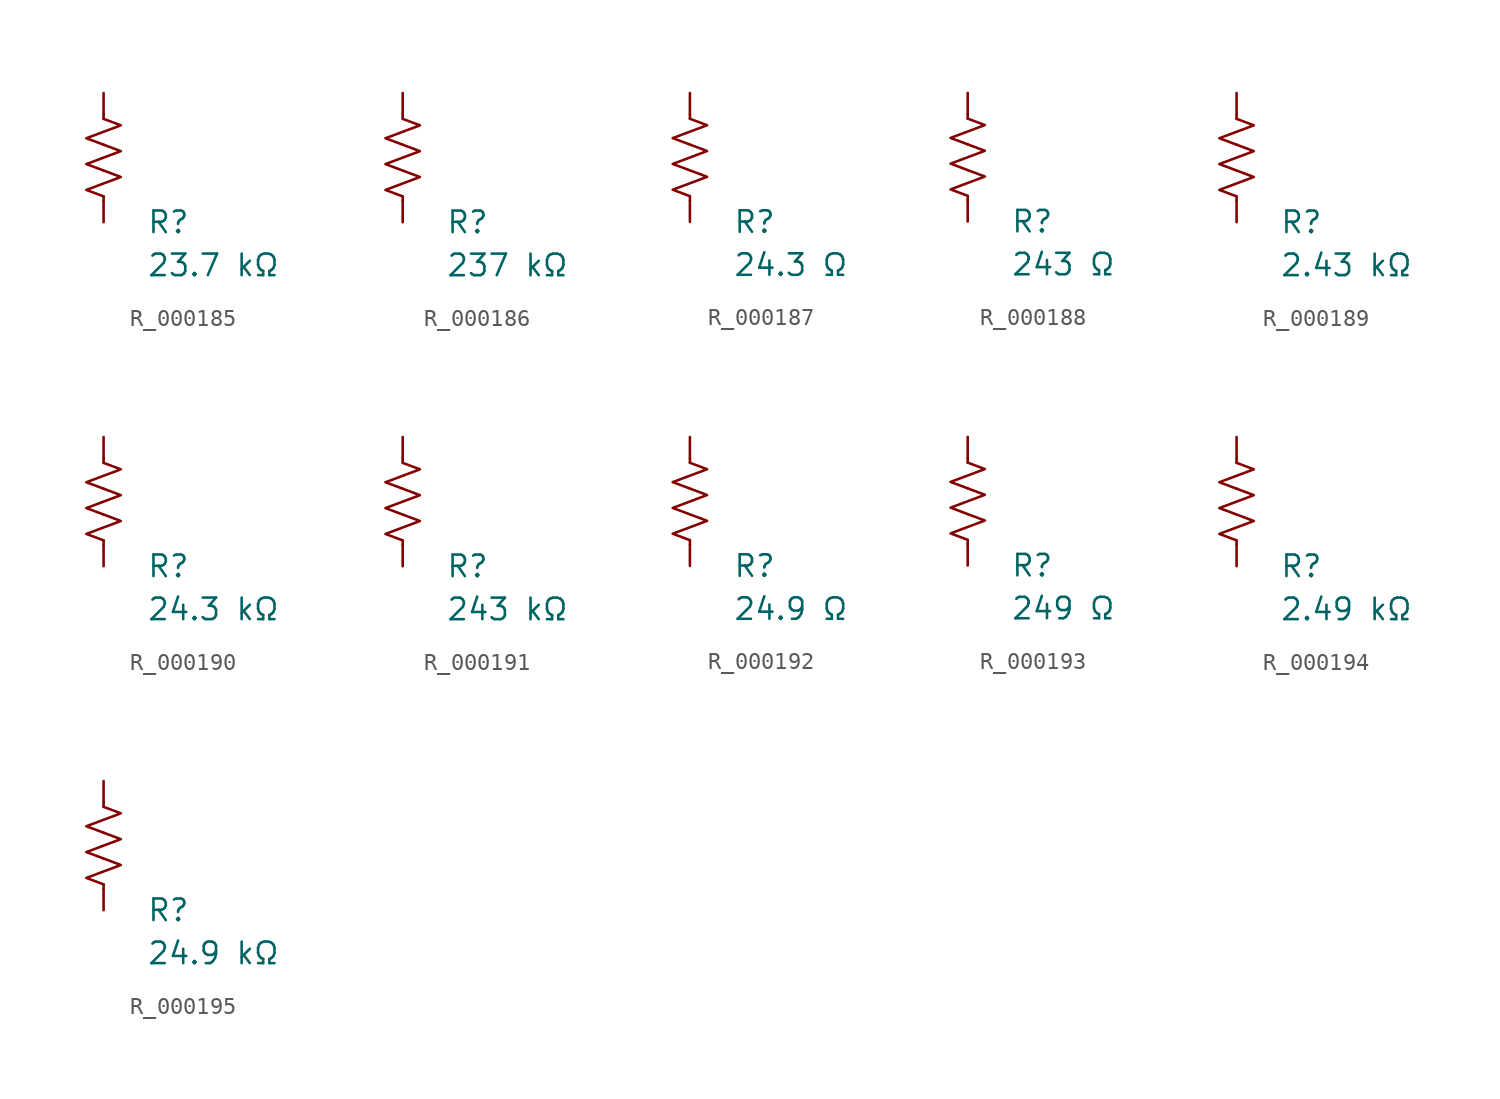
<source format=kicad_sym>
(kicad_symbol_lib
  (version 20231120)
  (generator "kicad_symbol_editor")
  (generator_version "8.0")
  (symbol "R_000185"
    (pin_numbers hide)
    (pin_names
      (offset 0))
    (property "Reference" "R"
      (at 2.54 -3.81 0)
      (effects (font (size 1.27 1.27)) (justify left))
      (show_name no))
    (property "Value" "23.7 kΩ"
      (at 2.54 -6.35 0)
      (effects (font (size 1.27 1.27)) (justify left))
      (show_name no))
    (symbol "R_000185_0_1"
      (polyline (pts (xy 0 -2.286) (xy 0 -2.54)) (stroke (width 0) (type default)) (fill (type none)))
      (polyline (pts (xy 0 2.286) (xy 0 2.54)) (stroke (width 0) (type default)) (fill (type none)))
      (polyline (pts (xy 0 -0.762) (xy 1.016 -1.143) (xy 0 -1.524) (xy -1.016 -1.905) (xy 0 -2.286)) (stroke (width 0) (type default)) (fill (type none)))
      (polyline (pts (xy 0 0.762) (xy 1.016 0.381) (xy 0 0) (xy -1.016 -0.381) (xy 0 -0.762)) (stroke (width 0) (type default)) (fill (type none)))
      (polyline (pts (xy 0 2.286) (xy 1.016 1.905) (xy 0 1.524) (xy -1.016 1.143) (xy 0 0.762)) (stroke (width 0) (type default)) (fill (type none))))
    (symbol "R_000185_1_1"
      (pin passive line (at 0 3.81 270) (length 1.27) (name "~" (effects (font (size 1.27 1.27)))) (number "1" (effects (font (size 1.27 1.27)))))
      (pin passive line (at 0 -3.81 90) (length 1.27) (name "~" (effects (font (size 1.27 1.27)))) (number "2" (effects (font (size 1.27 1.27)))))))
  (symbol "R_000186"
    (pin_numbers hide)
    (pin_names
      (offset 0))
    (property "Reference" "R"
      (at 2.54 -3.81 0)
      (effects (font (size 1.27 1.27)) (justify left))
      (show_name no))
    (property "Value" "237 kΩ"
      (at 2.54 -6.35 0)
      (effects (font (size 1.27 1.27)) (justify left))
      (show_name no))
    (symbol "R_000186_0_1"
      (polyline (pts (xy 0 -2.286) (xy 0 -2.54)) (stroke (width 0) (type default)) (fill (type none)))
      (polyline (pts (xy 0 2.286) (xy 0 2.54)) (stroke (width 0) (type default)) (fill (type none)))
      (polyline (pts (xy 0 -0.762) (xy 1.016 -1.143) (xy 0 -1.524) (xy -1.016 -1.905) (xy 0 -2.286)) (stroke (width 0) (type default)) (fill (type none)))
      (polyline (pts (xy 0 0.762) (xy 1.016 0.381) (xy 0 0) (xy -1.016 -0.381) (xy 0 -0.762)) (stroke (width 0) (type default)) (fill (type none)))
      (polyline (pts (xy 0 2.286) (xy 1.016 1.905) (xy 0 1.524) (xy -1.016 1.143) (xy 0 0.762)) (stroke (width 0) (type default)) (fill (type none))))
    (symbol "R_000186_1_1"
      (pin passive line (at 0 3.81 270) (length 1.27) (name "~" (effects (font (size 1.27 1.27)))) (number "1" (effects (font (size 1.27 1.27)))))
      (pin passive line (at 0 -3.81 90) (length 1.27) (name "~" (effects (font (size 1.27 1.27)))) (number "2" (effects (font (size 1.27 1.27)))))))
  (symbol "R_000187"
    (pin_numbers hide)
    (pin_names
      (offset 0))
    (property "Reference" "R"
      (at 2.54 -3.81 0)
      (effects (font (size 1.27 1.27)) (justify left))
      (show_name no))
    (property "Value" "24.3 Ω"
      (at 2.54 -6.35 0)
      (effects (font (size 1.27 1.27)) (justify left))
      (show_name no))
    (symbol "R_000187_0_1"
      (polyline (pts (xy 0 -2.286) (xy 0 -2.54)) (stroke (width 0) (type default)) (fill (type none)))
      (polyline (pts (xy 0 2.286) (xy 0 2.54)) (stroke (width 0) (type default)) (fill (type none)))
      (polyline (pts (xy 0 -0.762) (xy 1.016 -1.143) (xy 0 -1.524) (xy -1.016 -1.905) (xy 0 -2.286)) (stroke (width 0) (type default)) (fill (type none)))
      (polyline (pts (xy 0 0.762) (xy 1.016 0.381) (xy 0 0) (xy -1.016 -0.381) (xy 0 -0.762)) (stroke (width 0) (type default)) (fill (type none)))
      (polyline (pts (xy 0 2.286) (xy 1.016 1.905) (xy 0 1.524) (xy -1.016 1.143) (xy 0 0.762)) (stroke (width 0) (type default)) (fill (type none))))
    (symbol "R_000187_1_1"
      (pin passive line (at 0 3.81 270) (length 1.27) (name "~" (effects (font (size 1.27 1.27)))) (number "1" (effects (font (size 1.27 1.27)))))
      (pin passive line (at 0 -3.81 90) (length 1.27) (name "~" (effects (font (size 1.27 1.27)))) (number "2" (effects (font (size 1.27 1.27)))))))
  (symbol "R_000188"
    (pin_numbers hide)
    (pin_names
      (offset 0))
    (property "Reference" "R"
      (at 2.54 -3.81 0)
      (effects (font (size 1.27 1.27)) (justify left))
      (show_name no))
    (property "Value" "243 Ω"
      (at 2.54 -6.35 0)
      (effects (font (size 1.27 1.27)) (justify left))
      (show_name no))
    (symbol "R_000188_0_1"
      (polyline (pts (xy 0 -2.286) (xy 0 -2.54)) (stroke (width 0) (type default)) (fill (type none)))
      (polyline (pts (xy 0 2.286) (xy 0 2.54)) (stroke (width 0) (type default)) (fill (type none)))
      (polyline (pts (xy 0 -0.762) (xy 1.016 -1.143) (xy 0 -1.524) (xy -1.016 -1.905) (xy 0 -2.286)) (stroke (width 0) (type default)) (fill (type none)))
      (polyline (pts (xy 0 0.762) (xy 1.016 0.381) (xy 0 0) (xy -1.016 -0.381) (xy 0 -0.762)) (stroke (width 0) (type default)) (fill (type none)))
      (polyline (pts (xy 0 2.286) (xy 1.016 1.905) (xy 0 1.524) (xy -1.016 1.143) (xy 0 0.762)) (stroke (width 0) (type default)) (fill (type none))))
    (symbol "R_000188_1_1"
      (pin passive line (at 0 3.81 270) (length 1.27) (name "~" (effects (font (size 1.27 1.27)))) (number "1" (effects (font (size 1.27 1.27)))))
      (pin passive line (at 0 -3.81 90) (length 1.27) (name "~" (effects (font (size 1.27 1.27)))) (number "2" (effects (font (size 1.27 1.27)))))))
  (symbol "R_000189"
    (pin_numbers hide)
    (pin_names
      (offset 0))
    (property "Reference" "R"
      (at 2.54 -3.81 0)
      (effects (font (size 1.27 1.27)) (justify left))
      (show_name no))
    (property "Value" "2.43 kΩ"
      (at 2.54 -6.35 0)
      (effects (font (size 1.27 1.27)) (justify left))
      (show_name no))
    (symbol "R_000189_0_1"
      (polyline (pts (xy 0 -2.286) (xy 0 -2.54)) (stroke (width 0) (type default)) (fill (type none)))
      (polyline (pts (xy 0 2.286) (xy 0 2.54)) (stroke (width 0) (type default)) (fill (type none)))
      (polyline (pts (xy 0 -0.762) (xy 1.016 -1.143) (xy 0 -1.524) (xy -1.016 -1.905) (xy 0 -2.286)) (stroke (width 0) (type default)) (fill (type none)))
      (polyline (pts (xy 0 0.762) (xy 1.016 0.381) (xy 0 0) (xy -1.016 -0.381) (xy 0 -0.762)) (stroke (width 0) (type default)) (fill (type none)))
      (polyline (pts (xy 0 2.286) (xy 1.016 1.905) (xy 0 1.524) (xy -1.016 1.143) (xy 0 0.762)) (stroke (width 0) (type default)) (fill (type none))))
    (symbol "R_000189_1_1"
      (pin passive line (at 0 3.81 270) (length 1.27) (name "~" (effects (font (size 1.27 1.27)))) (number "1" (effects (font (size 1.27 1.27)))))
      (pin passive line (at 0 -3.81 90) (length 1.27) (name "~" (effects (font (size 1.27 1.27)))) (number "2" (effects (font (size 1.27 1.27)))))))
  (symbol "R_000190"
    (pin_numbers hide)
    (pin_names
      (offset 0))
    (property "Reference" "R"
      (at 2.54 -3.81 0)
      (effects (font (size 1.27 1.27)) (justify left))
      (show_name no))
    (property "Value" "24.3 kΩ"
      (at 2.54 -6.35 0)
      (effects (font (size 1.27 1.27)) (justify left))
      (show_name no))
    (symbol "R_000190_0_1"
      (polyline (pts (xy 0 -2.286) (xy 0 -2.54)) (stroke (width 0) (type default)) (fill (type none)))
      (polyline (pts (xy 0 2.286) (xy 0 2.54)) (stroke (width 0) (type default)) (fill (type none)))
      (polyline (pts (xy 0 -0.762) (xy 1.016 -1.143) (xy 0 -1.524) (xy -1.016 -1.905) (xy 0 -2.286)) (stroke (width 0) (type default)) (fill (type none)))
      (polyline (pts (xy 0 0.762) (xy 1.016 0.381) (xy 0 0) (xy -1.016 -0.381) (xy 0 -0.762)) (stroke (width 0) (type default)) (fill (type none)))
      (polyline (pts (xy 0 2.286) (xy 1.016 1.905) (xy 0 1.524) (xy -1.016 1.143) (xy 0 0.762)) (stroke (width 0) (type default)) (fill (type none))))
    (symbol "R_000190_1_1"
      (pin passive line (at 0 3.81 270) (length 1.27) (name "~" (effects (font (size 1.27 1.27)))) (number "1" (effects (font (size 1.27 1.27)))))
      (pin passive line (at 0 -3.81 90) (length 1.27) (name "~" (effects (font (size 1.27 1.27)))) (number "2" (effects (font (size 1.27 1.27)))))))
  (symbol "R_000191"
    (pin_numbers hide)
    (pin_names
      (offset 0))
    (property "Reference" "R"
      (at 2.54 -3.81 0)
      (effects (font (size 1.27 1.27)) (justify left))
      (show_name no))
    (property "Value" "243 kΩ"
      (at 2.54 -6.35 0)
      (effects (font (size 1.27 1.27)) (justify left))
      (show_name no))
    (symbol "R_000191_0_1"
      (polyline (pts (xy 0 -2.286) (xy 0 -2.54)) (stroke (width 0) (type default)) (fill (type none)))
      (polyline (pts (xy 0 2.286) (xy 0 2.54)) (stroke (width 0) (type default)) (fill (type none)))
      (polyline (pts (xy 0 -0.762) (xy 1.016 -1.143) (xy 0 -1.524) (xy -1.016 -1.905) (xy 0 -2.286)) (stroke (width 0) (type default)) (fill (type none)))
      (polyline (pts (xy 0 0.762) (xy 1.016 0.381) (xy 0 0) (xy -1.016 -0.381) (xy 0 -0.762)) (stroke (width 0) (type default)) (fill (type none)))
      (polyline (pts (xy 0 2.286) (xy 1.016 1.905) (xy 0 1.524) (xy -1.016 1.143) (xy 0 0.762)) (stroke (width 0) (type default)) (fill (type none))))
    (symbol "R_000191_1_1"
      (pin passive line (at 0 3.81 270) (length 1.27) (name "~" (effects (font (size 1.27 1.27)))) (number "1" (effects (font (size 1.27 1.27)))))
      (pin passive line (at 0 -3.81 90) (length 1.27) (name "~" (effects (font (size 1.27 1.27)))) (number "2" (effects (font (size 1.27 1.27)))))))
  (symbol "R_000192"
    (pin_numbers hide)
    (pin_names
      (offset 0))
    (property "Reference" "R"
      (at 2.54 -3.81 0)
      (effects (font (size 1.27 1.27)) (justify left))
      (show_name no))
    (property "Value" "24.9 Ω"
      (at 2.54 -6.35 0)
      (effects (font (size 1.27 1.27)) (justify left))
      (show_name no))
    (symbol "R_000192_0_1"
      (polyline (pts (xy 0 -2.286) (xy 0 -2.54)) (stroke (width 0) (type default)) (fill (type none)))
      (polyline (pts (xy 0 2.286) (xy 0 2.54)) (stroke (width 0) (type default)) (fill (type none)))
      (polyline (pts (xy 0 -0.762) (xy 1.016 -1.143) (xy 0 -1.524) (xy -1.016 -1.905) (xy 0 -2.286)) (stroke (width 0) (type default)) (fill (type none)))
      (polyline (pts (xy 0 0.762) (xy 1.016 0.381) (xy 0 0) (xy -1.016 -0.381) (xy 0 -0.762)) (stroke (width 0) (type default)) (fill (type none)))
      (polyline (pts (xy 0 2.286) (xy 1.016 1.905) (xy 0 1.524) (xy -1.016 1.143) (xy 0 0.762)) (stroke (width 0) (type default)) (fill (type none))))
    (symbol "R_000192_1_1"
      (pin passive line (at 0 3.81 270) (length 1.27) (name "~" (effects (font (size 1.27 1.27)))) (number "1" (effects (font (size 1.27 1.27)))))
      (pin passive line (at 0 -3.81 90) (length 1.27) (name "~" (effects (font (size 1.27 1.27)))) (number "2" (effects (font (size 1.27 1.27)))))))
  (symbol "R_000193"
    (pin_numbers hide)
    (pin_names
      (offset 0))
    (property "Reference" "R"
      (at 2.54 -3.81 0)
      (effects (font (size 1.27 1.27)) (justify left))
      (show_name no))
    (property "Value" "249 Ω"
      (at 2.54 -6.35 0)
      (effects (font (size 1.27 1.27)) (justify left))
      (show_name no))
    (symbol "R_000193_0_1"
      (polyline (pts (xy 0 -2.286) (xy 0 -2.54)) (stroke (width 0) (type default)) (fill (type none)))
      (polyline (pts (xy 0 2.286) (xy 0 2.54)) (stroke (width 0) (type default)) (fill (type none)))
      (polyline (pts (xy 0 -0.762) (xy 1.016 -1.143) (xy 0 -1.524) (xy -1.016 -1.905) (xy 0 -2.286)) (stroke (width 0) (type default)) (fill (type none)))
      (polyline (pts (xy 0 0.762) (xy 1.016 0.381) (xy 0 0) (xy -1.016 -0.381) (xy 0 -0.762)) (stroke (width 0) (type default)) (fill (type none)))
      (polyline (pts (xy 0 2.286) (xy 1.016 1.905) (xy 0 1.524) (xy -1.016 1.143) (xy 0 0.762)) (stroke (width 0) (type default)) (fill (type none))))
    (symbol "R_000193_1_1"
      (pin passive line (at 0 3.81 270) (length 1.27) (name "~" (effects (font (size 1.27 1.27)))) (number "1" (effects (font (size 1.27 1.27)))))
      (pin passive line (at 0 -3.81 90) (length 1.27) (name "~" (effects (font (size 1.27 1.27)))) (number "2" (effects (font (size 1.27 1.27)))))))
  (symbol "R_000194"
    (pin_numbers hide)
    (pin_names
      (offset 0))
    (property "Reference" "R"
      (at 2.54 -3.81 0)
      (effects (font (size 1.27 1.27)) (justify left))
      (show_name no))
    (property "Value" "2.49 kΩ"
      (at 2.54 -6.35 0)
      (effects (font (size 1.27 1.27)) (justify left))
      (show_name no))
    (symbol "R_000194_0_1"
      (polyline (pts (xy 0 -2.286) (xy 0 -2.54)) (stroke (width 0) (type default)) (fill (type none)))
      (polyline (pts (xy 0 2.286) (xy 0 2.54)) (stroke (width 0) (type default)) (fill (type none)))
      (polyline (pts (xy 0 -0.762) (xy 1.016 -1.143) (xy 0 -1.524) (xy -1.016 -1.905) (xy 0 -2.286)) (stroke (width 0) (type default)) (fill (type none)))
      (polyline (pts (xy 0 0.762) (xy 1.016 0.381) (xy 0 0) (xy -1.016 -0.381) (xy 0 -0.762)) (stroke (width 0) (type default)) (fill (type none)))
      (polyline (pts (xy 0 2.286) (xy 1.016 1.905) (xy 0 1.524) (xy -1.016 1.143) (xy 0 0.762)) (stroke (width 0) (type default)) (fill (type none))))
    (symbol "R_000194_1_1"
      (pin passive line (at 0 3.81 270) (length 1.27) (name "~" (effects (font (size 1.27 1.27)))) (number "1" (effects (font (size 1.27 1.27)))))
      (pin passive line (at 0 -3.81 90) (length 1.27) (name "~" (effects (font (size 1.27 1.27)))) (number "2" (effects (font (size 1.27 1.27)))))))
  (symbol "R_000195"
    (pin_numbers hide)
    (pin_names
      (offset 0))
    (property "Reference" "R"
      (at 2.54 -3.81 0)
      (effects (font (size 1.27 1.27)) (justify left))
      (show_name no))
    (property "Value" "24.9 kΩ"
      (at 2.54 -6.35 0)
      (effects (font (size 1.27 1.27)) (justify left))
      (show_name no))
    (symbol "R_000195_0_1"
      (polyline (pts (xy 0 -2.286) (xy 0 -2.54)) (stroke (width 0) (type default)) (fill (type none)))
      (polyline (pts (xy 0 2.286) (xy 0 2.54)) (stroke (width 0) (type default)) (fill (type none)))
      (polyline (pts (xy 0 -0.762) (xy 1.016 -1.143) (xy 0 -1.524) (xy -1.016 -1.905) (xy 0 -2.286)) (stroke (width 0) (type default)) (fill (type none)))
      (polyline (pts (xy 0 0.762) (xy 1.016 0.381) (xy 0 0) (xy -1.016 -0.381) (xy 0 -0.762)) (stroke (width 0) (type default)) (fill (type none)))
      (polyline (pts (xy 0 2.286) (xy 1.016 1.905) (xy 0 1.524) (xy -1.016 1.143) (xy 0 0.762)) (stroke (width 0) (type default)) (fill (type none))))
    (symbol "R_000195_1_1"
      (pin passive line (at 0 3.81 270) (length 1.27) (name "~" (effects (font (size 1.27 1.27)))) (number "1" (effects (font (size 1.27 1.27)))))
      (pin passive line (at 0 -3.81 90) (length 1.27) (name "~" (effects (font (size 1.27 1.27)))) (number "2" (effects (font (size 1.27 1.27))))))))
</source>
